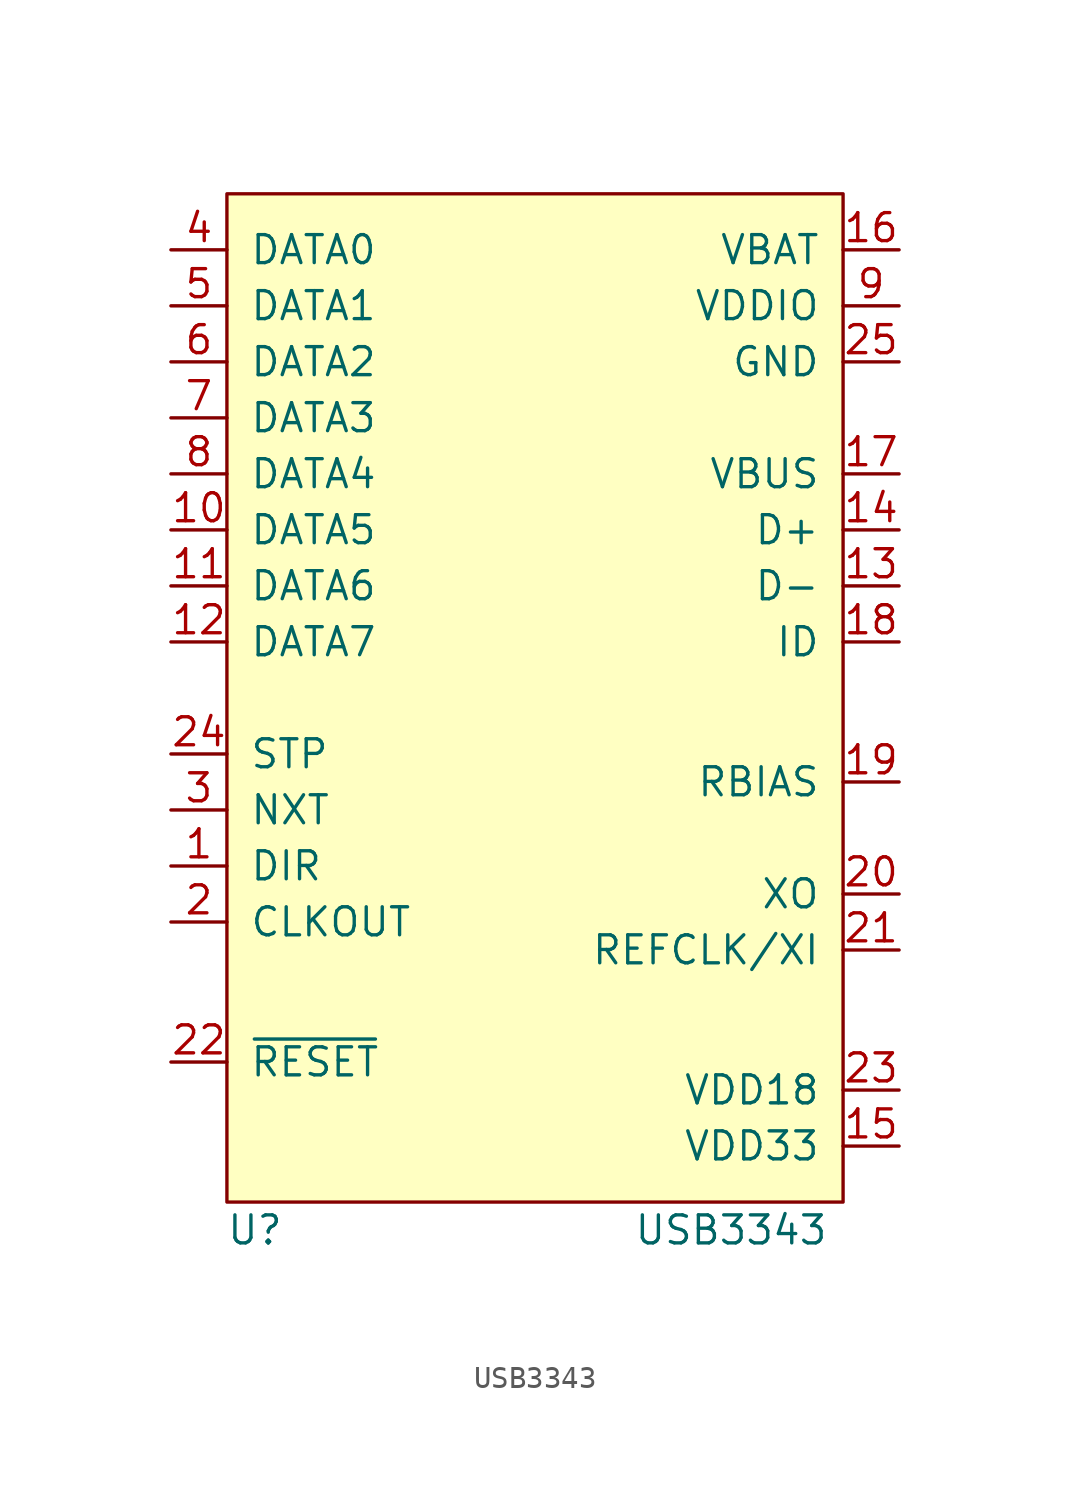
<source format=kicad_sym>
(kicad_symbol_lib
  (version 20220914)
  (generator kicad_symbol_editor)
  (symbol "USB3343"
    (pin_names
      (offset 1.016))
    (property "Reference" "U"
      (at -12.7 -24.13 0)
      (effects (font (size 1.27 1.27))))
    (property "Value" "USB3343"
      (at 8.89 -24.13 0)
      (effects (font (size 1.27 1.27))))
    (symbol "USB3343_0_1"
      (rectangle (start -13.97 22.86) (end 13.97 -22.86) (stroke (width 0) (type default)) (fill (type background))))
    (symbol "USB3343_1_1"
      (pin output line (at -16.51 -7.62 0) (length 2.54) (name "DIR" (effects (font (size 1.27 1.27)))) (number "1" (effects (font (size 1.27 1.27)))))
      (pin bidirectional line (at -16.51 7.62 0) (length 2.54) (name "DATA5" (effects (font (size 1.27 1.27)))) (number "10" (effects (font (size 1.27 1.27)))))
      (pin bidirectional line (at -16.51 5.08 0) (length 2.54) (name "DATA6" (effects (font (size 1.27 1.27)))) (number "11" (effects (font (size 1.27 1.27)))))
      (pin bidirectional line (at -16.51 2.54 0) (length 2.54) (name "DATA7" (effects (font (size 1.27 1.27)))) (number "12" (effects (font (size 1.27 1.27)))))
      (pin bidirectional line (at 16.51 5.08 180) (length 2.54) (name "D-" (effects (font (size 1.27 1.27)))) (number "13" (effects (font (size 1.27 1.27)))))
      (pin bidirectional line (at 16.51 7.62 180) (length 2.54) (name "D+" (effects (font (size 1.27 1.27)))) (number "14" (effects (font (size 1.27 1.27)))))
      (pin passive line (at 16.51 -20.32 180) (length 2.54) (name "VDD33" (effects (font (size 1.27 1.27)))) (number "15" (effects (font (size 1.27 1.27)))))
      (pin power_in line (at 16.51 20.32 180) (length 2.54) (name "VBAT" (effects (font (size 1.27 1.27)))) (number "16" (effects (font (size 1.27 1.27)))))
      (pin bidirectional line (at 16.51 10.16 180) (length 2.54) (name "VBUS" (effects (font (size 1.27 1.27)))) (number "17" (effects (font (size 1.27 1.27)))))
      (pin input line (at 16.51 2.54 180) (length 2.54) (name "ID" (effects (font (size 1.27 1.27)))) (number "18" (effects (font (size 1.27 1.27)))))
      (pin input line (at 16.51 -3.81 180) (length 2.54) (name "RBIAS" (effects (font (size 1.27 1.27)))) (number "19" (effects (font (size 1.27 1.27)))))
      (pin passive line (at -16.51 -10.16 0) (length 2.54) (name "CLKOUT" (effects (font (size 1.27 1.27)))) (number "2" (effects (font (size 1.27 1.27)))))
      (pin output line (at 16.51 -8.89 180) (length 2.54) (name "XO" (effects (font (size 1.27 1.27)))) (number "20" (effects (font (size 1.27 1.27)))))
      (pin input line (at 16.51 -11.43 180) (length 2.54) (name "REFCLK/XI" (effects (font (size 1.27 1.27)))) (number "21" (effects (font (size 1.27 1.27)))))
      (pin input line (at -16.51 -16.51 0) (length 2.54) (name "~{RESET}" (effects (font (size 1.27 1.27)))) (number "22" (effects (font (size 1.27 1.27)))))
      (pin passive line (at 16.51 -17.78 180) (length 2.54) (name "VDD18" (effects (font (size 1.27 1.27)))) (number "23" (effects (font (size 1.27 1.27)))))
      (pin input line (at -16.51 -2.54 0) (length 2.54) (name "STP" (effects (font (size 1.27 1.27)))) (number "24" (effects (font (size 1.27 1.27)))))
      (pin power_in line (at 16.51 15.24 180) (length 2.54) (name "GND" (effects (font (size 1.27 1.27)))) (number "25" (effects (font (size 1.27 1.27)))))
      (pin output line (at -16.51 -5.08 0) (length 2.54) (name "NXT" (effects (font (size 1.27 1.27)))) (number "3" (effects (font (size 1.27 1.27)))))
      (pin bidirectional line (at -16.51 20.32 0) (length 2.54) (name "DATA0" (effects (font (size 1.27 1.27)))) (number "4" (effects (font (size 1.27 1.27)))))
      (pin bidirectional line (at -16.51 17.78 0) (length 2.54) (name "DATA1" (effects (font (size 1.27 1.27)))) (number "5" (effects (font (size 1.27 1.27)))))
      (pin bidirectional line (at -16.51 15.24 0) (length 2.54) (name "DATA2" (effects (font (size 1.27 1.27)))) (number "6" (effects (font (size 1.27 1.27)))))
      (pin bidirectional line (at -16.51 12.7 0) (length 2.54) (name "DATA3" (effects (font (size 1.27 1.27)))) (number "7" (effects (font (size 1.27 1.27)))))
      (pin bidirectional line (at -16.51 10.16 0) (length 2.54) (name "DATA4" (effects (font (size 1.27 1.27)))) (number "8" (effects (font (size 1.27 1.27)))))
      (pin power_in line (at 16.51 17.78 180) (length 2.54) (name "VDDIO" (effects (font (size 1.27 1.27)))) (number "9" (effects (font (size 1.27 1.27))))))))
</source>
